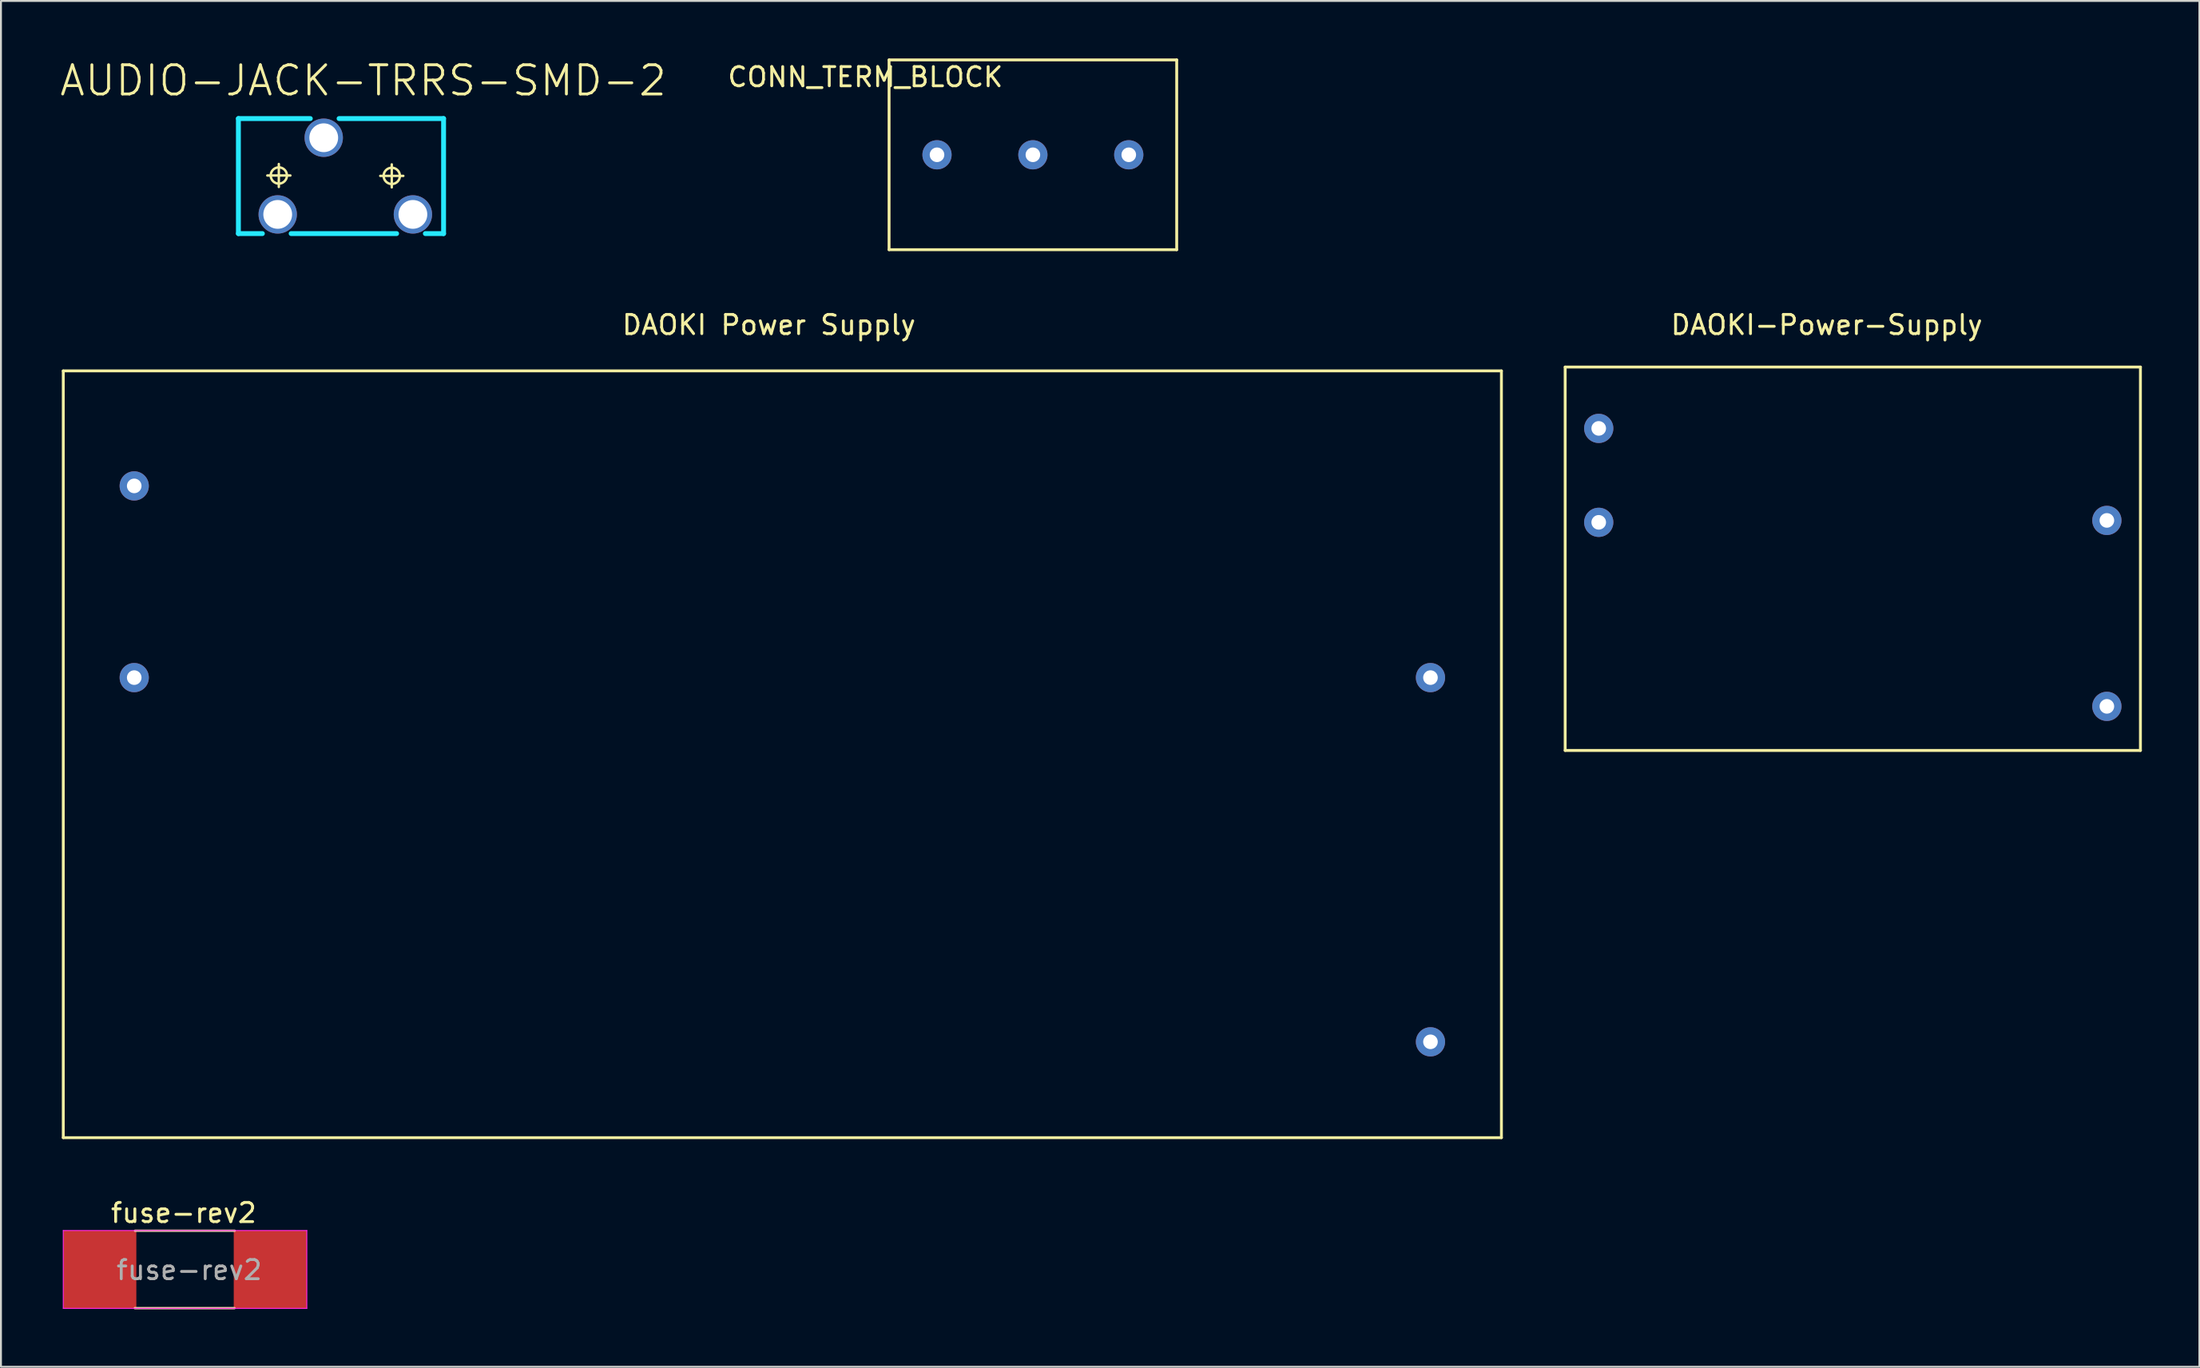
<source format=kicad_pcb>
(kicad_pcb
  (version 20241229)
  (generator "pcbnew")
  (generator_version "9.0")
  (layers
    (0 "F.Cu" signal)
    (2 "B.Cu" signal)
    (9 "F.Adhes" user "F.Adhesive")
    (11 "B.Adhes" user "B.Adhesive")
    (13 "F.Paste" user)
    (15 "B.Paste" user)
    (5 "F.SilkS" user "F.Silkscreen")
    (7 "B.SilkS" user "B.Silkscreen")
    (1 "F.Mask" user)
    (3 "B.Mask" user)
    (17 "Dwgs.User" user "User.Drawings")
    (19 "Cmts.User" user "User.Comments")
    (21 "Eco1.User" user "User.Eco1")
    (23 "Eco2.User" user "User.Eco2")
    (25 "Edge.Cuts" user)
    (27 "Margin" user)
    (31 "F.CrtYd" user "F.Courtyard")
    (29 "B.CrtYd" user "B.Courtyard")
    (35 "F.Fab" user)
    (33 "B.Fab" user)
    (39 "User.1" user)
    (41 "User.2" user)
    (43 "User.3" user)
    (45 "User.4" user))
  (footprint "DAOKI Power Supply"
    (layer "F.Cu")
    (at 0.25 16.298)
    (property "Reference" "DAOKI Power Supply" (at 36.8 -2.4 0) (layer "F.SilkS") (effects (font (size 1 1) (thickness 0.15))))
    (attr through_hole)
    (fp_line (start 0 0) (end 75 0) (stroke (width 0.15) (type solid)) (layer "F.SilkS"))
    (fp_line (start 0 40) (end 0 0) (stroke (width 0.15) (type solid)) (layer "F.SilkS"))
    (fp_line (start 75 0) (end 75 40) (stroke (width 0.15) (type solid)) (layer "F.SilkS"))
    (fp_line (start 75 40) (end 0 40) (stroke (width 0.15) (type solid)) (layer "F.SilkS"))
    (pad "1" thru_hole circle (at 71.3 35) (size 1.524 1.524) (drill 0.762) (layers "*.Cu" "*.Mask"))
    (pad "2" thru_hole circle (at 71.3 16) (size 1.524 1.524) (drill 0.762) (layers "*.Cu" "*.Mask"))
    (pad "3" thru_hole circle (at 3.7 16) (size 1.524 1.524) (drill 0.762) (layers "*.Cu" "*.Mask"))
    (pad "4" thru_hole circle (at 3.7 6) (size 1.524 1.524) (drill 0.762) (layers "*.Cu" "*.Mask")))
  (footprint "CONN_TERM_BLOCK"
    (layer "F.Cu")
    (at 50.746 5.015)
    (property "Reference" "CONN_TERM_BLOCK" (at -8.668 -4.046 0) (layer "F.SilkS") (effects (font (size 1 1) (thickness 0.15))))
    (attr through_hole)
    (fp_line (start -7.43 -4.94) (end -7.43 4.96) (stroke (width 0.15) (type solid)) (layer "F.SilkS"))
    (fp_line (start -7.43 -4.94) (end 7.57 -4.94) (stroke (width 0.15) (type solid)) (layer "F.SilkS"))
    (fp_line (start -7.43 4.96) (end 7.57 4.96) (stroke (width 0.15) (type solid)) (layer "F.SilkS"))
    (fp_line (start 7.57 4.96) (end 7.57 -4.94) (stroke (width 0.15) (type solid)) (layer "F.SilkS"))
    (pad "1" thru_hole circle (at -4.93 0.01) (size 1.524 1.524) (drill 0.762) (layers "*.Cu" "*.Mask"))
    (pad "2" thru_hole circle (at 0.07 0.01) (size 1.524 1.524) (drill 0.762) (layers "*.Cu" "*.Mask"))
    (pad "3" thru_hole circle (at 5.07 0.01) (size 1.524 1.524) (drill 0.762) (layers "*.Cu" "*.Mask")))
  (footprint "DAOKI-Power-Supply"
    (layer "F.Cu")
    (at 78.575 16.098)
    (property "Reference" "DAOKI-Power-Supply" (at 13.64 -2.2 0) (layer "F.SilkS") (effects (font (size 1 1) (thickness 0.15))))
    (attr through_hole)
    (fp_line (start 0 0) (end 30 0) (stroke (width 0.15) (type solid)) (layer "F.SilkS"))
    (fp_line (start 0 20) (end 0 0) (stroke (width 0.15) (type solid)) (layer "F.SilkS"))
    (fp_line (start 30 0) (end 30 20) (stroke (width 0.15) (type solid)) (layer "F.SilkS"))
    (fp_line (start 30 20) (end 0 20) (stroke (width 0.15) (type solid)) (layer "F.SilkS"))
    (pad "1" thru_hole circle (at 28.25 17.7) (size 1.524 1.524) (drill 0.762) (layers "*.Cu" "*.Mask"))
    (pad "2" thru_hole circle (at 28.25 8) (size 1.524 1.524) (drill 0.762) (layers "*.Cu" "*.Mask"))
    (pad "3" thru_hole circle (at 1.75 3.2) (size 1.524 1.524) (drill 0.762) (layers "*.Cu" "*.Mask"))
    (pad "4" thru_hole circle (at 1.75 8.1) (size 1.524 1.524) (drill 0.762) (layers "*.Cu" "*.Mask")))
  (footprint "fuse-rev2"
    (layer "F.Cu")
    (at 0.25 61.142)
    (property "Reference" "fuse-rev2" (at 6.28 -0.92 0) (layer "F.SilkS") (effects (font (size 1 1) (thickness 0.15))))
    (attr smd)
    (fp_line (start 3.74 0.01) (end 8.94 0.01) (stroke (width 0.12) (type solid)) (layer "F.SilkS"))
    (fp_line (start 8.93 4.05) (end 3.73 4.05) (stroke (width 0.12) (type solid)) (layer "F.SilkS"))
    (fp_line (start 0 0) (end 0 4.06) (stroke (width 0.05) (type solid)) (layer "F.CrtYd"))
    (fp_line (start 0 0) (end 12.7 0) (stroke (width 0.05) (type solid)) (layer "F.CrtYd"))
    (fp_line (start 0 4.06) (end 12.7 4.06) (stroke (width 0.05) (type solid)) (layer "F.CrtYd"))
    (fp_line (start 12.7 0) (end 12.7 4.06) (stroke (width 0.05) (type solid)) (layer "F.CrtYd"))
    (fp_text user "${REFERENCE}" (at 6.57 2.06 0) (layer "F.Fab") (effects (font (size 1 1) (thickness 0.15))))
    (pad "1" smd rect (at 1.905 2.03) (size 3.81 4.06) (layers "F.Cu" "F.Mask" "F.Paste"))
    (pad "2" smd rect (at 10.795 2.03) (size 3.81 4.06) (layers "F.Cu" "F.Mask" "F.Paste")))
  (footprint "AUDIO-JACK-TRRS-SMD-2"
    (layer "F.Cu")
    (at 9.383 6.135)
    (property "Reference" "AUDIO-JACK-TRRS-SMD-2" (at 6.51 -4.98 0) (layer "F.SilkS") (effects (font (size 1.524 1.524) (thickness 0.15))))
    (attr smd)
    (fp_line (start 1.508 -0.03) (end 2.71 -0.03) (stroke (width 0.127) (type solid)) (layer "F.SilkS"))
    (fp_line (start 2.108 0.569) (end 2.108 -0.629) (stroke (width 0.127) (type solid)) (layer "F.SilkS"))
    (fp_line (start 7.398 -0.01) (end 8.6 -0.01) (stroke (width 0.127) (type solid)) (layer "F.SilkS"))
    (fp_line (start 7.998 0.589) (end 7.998 -0.609) (stroke (width 0.127) (type solid)) (layer "F.SilkS"))
    (fp_circle (center 2.108 -0.03) (end 2.407 0.27) (stroke (width 0.127) (type solid)) (fill no) (layer "F.SilkS"))
    (fp_circle (center 7.998 -0.01) (end 8.298 0.29) (stroke (width 0.127) (type solid)) (fill no) (layer "F.SilkS"))
    (fp_line (start 0.24 -2.92) (end 0.24 2.85) (stroke (width 0.15) (type solid)) (layer "B.Paste"))
    (fp_line (start 0 -3) (end 0 3) (stroke (width 0.254) (type solid)) (layer "B.CrtYd"))
    (fp_line (start 0 -3) (end 3.75 -3) (stroke (width 0.254) (type solid)) (layer "B.CrtYd"))
    (fp_line (start 0 3) (end 1.25 3) (stroke (width 0.254) (type solid)) (layer "B.CrtYd"))
    (fp_line (start 2.75 3) (end 8.25 3) (stroke (width 0.254) (type solid)) (layer "B.CrtYd"))
    (fp_line (start 5.25 -3) (end 10.7 -3) (stroke (width 0.254) (type solid)) (layer "B.CrtYd"))
    (fp_line (start 10.7 -3) (end 10.7 3) (stroke (width 0.254) (type solid)) (layer "B.CrtYd"))
    (fp_line (start 10.7 3) (end 9.75 3) (stroke (width 0.254) (type solid)) (layer "B.CrtYd"))
    (pad "1" thru_hole circle (at 9.1 2) (size 2 2) (drill 1.5) (layers "*.Cu" "*.Mask"))
    (pad "2" thru_hole circle (at 2.05 2 180) (size 2 2) (drill 1.5) (layers "*.Cu" "*.Mask"))
    (pad "3" thru_hole circle (at 4.45 -2) (size 2 2) (drill 1.5) (layers "*.Cu" "*.Mask")))
  (gr_rect
    (start -3 -3)
    (end 111.65 68.251)
    (stroke (width 0.1) (type default))
    (fill no)
    (layer "Edge.Cuts")))
</source>
